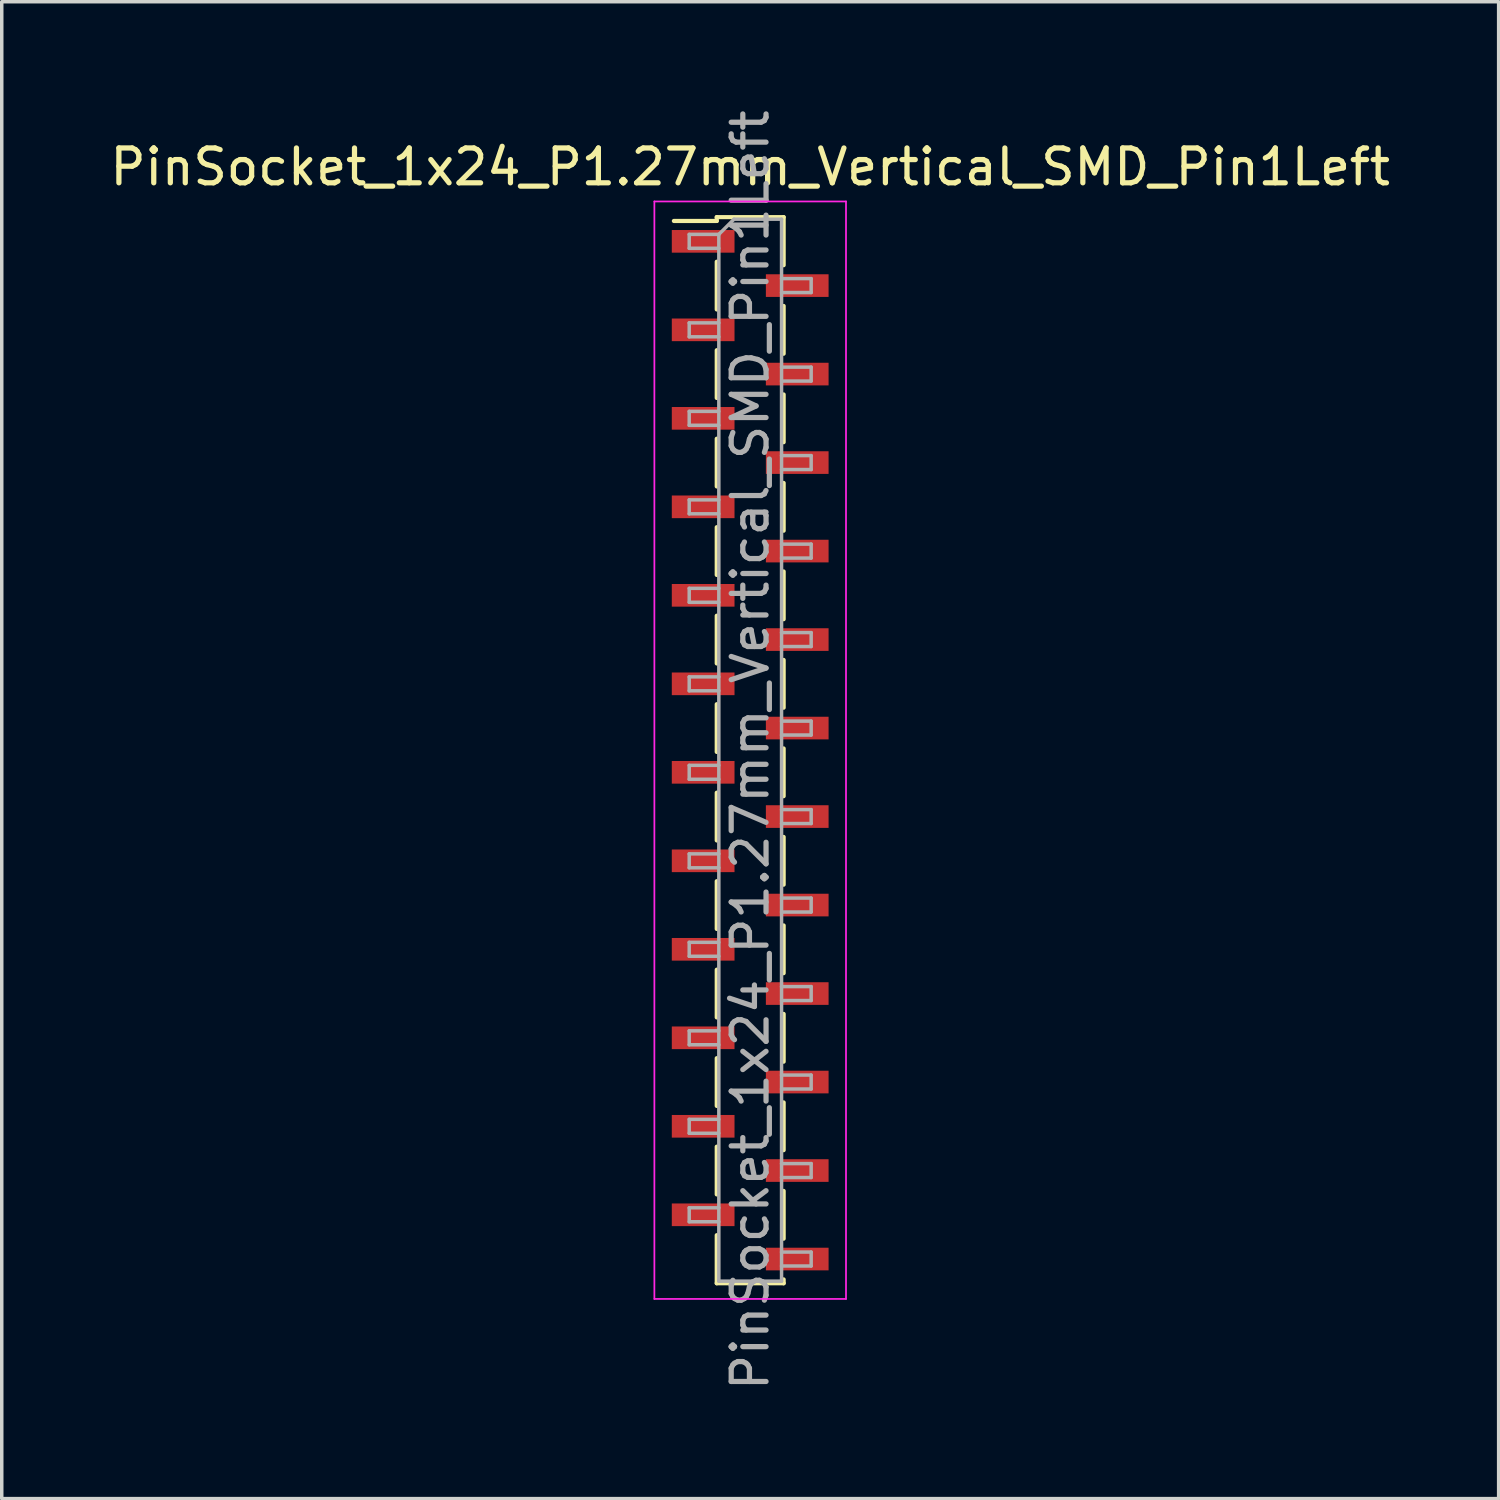
<source format=kicad_pcb>
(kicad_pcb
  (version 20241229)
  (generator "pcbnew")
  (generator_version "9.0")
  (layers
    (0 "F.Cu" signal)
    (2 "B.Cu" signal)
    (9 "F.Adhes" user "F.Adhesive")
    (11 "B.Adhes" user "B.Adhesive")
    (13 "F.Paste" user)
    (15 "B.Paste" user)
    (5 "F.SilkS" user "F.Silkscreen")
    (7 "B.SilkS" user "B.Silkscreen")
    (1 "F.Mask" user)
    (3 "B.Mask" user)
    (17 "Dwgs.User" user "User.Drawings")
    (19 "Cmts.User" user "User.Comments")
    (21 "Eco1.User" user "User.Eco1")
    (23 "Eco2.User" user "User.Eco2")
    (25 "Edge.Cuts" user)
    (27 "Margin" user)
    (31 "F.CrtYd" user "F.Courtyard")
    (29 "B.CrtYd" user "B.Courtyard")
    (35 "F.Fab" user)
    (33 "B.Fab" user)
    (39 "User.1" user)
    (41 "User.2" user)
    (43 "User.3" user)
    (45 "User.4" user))
  (footprint "PinSocket_1x24_P1.27mm_Vertical_SMD_Pin1Left"
    (layer "F.Cu")
    (at 18.482 18.482)
    (property "Reference" "PinSocket_1x24_P1.27mm_Vertical_SMD_Pin1Left" (at 0 -16.74 0) (layer "F.SilkS") (effects (font (size 1 1) (thickness 0.15))))
    (attr smd)
    (fp_line (start -2.19 -15.19) (end -0.96 -15.19) (stroke (width 0.12) (type solid)) (layer "F.SilkS"))
    (fp_line (start -0.96 -15.3) (end -0.96 -15.19) (stroke (width 0.12) (type solid)) (layer "F.SilkS"))
    (fp_line (start -0.96 -15.3) (end 0.96 -15.3) (stroke (width 0.12) (type solid)) (layer "F.SilkS"))
    (fp_line (start -0.96 -14.02) (end -0.96 -12.65) (stroke (width 0.12) (type solid)) (layer "F.SilkS"))
    (fp_line (start -0.96 -11.48) (end -0.96 -10.11) (stroke (width 0.12) (type solid)) (layer "F.SilkS"))
    (fp_line (start -0.96 -8.94) (end -0.96 -7.57) (stroke (width 0.12) (type solid)) (layer "F.SilkS"))
    (fp_line (start -0.96 -6.4) (end -0.96 -5.03) (stroke (width 0.12) (type solid)) (layer "F.SilkS"))
    (fp_line (start -0.96 -3.86) (end -0.96 -2.49) (stroke (width 0.12) (type solid)) (layer "F.SilkS"))
    (fp_line (start -0.96 -1.32) (end -0.96 0.05) (stroke (width 0.12) (type solid)) (layer "F.SilkS"))
    (fp_line (start -0.96 1.22) (end -0.96 2.59) (stroke (width 0.12) (type solid)) (layer "F.SilkS"))
    (fp_line (start -0.96 3.76) (end -0.96 5.13) (stroke (width 0.12) (type solid)) (layer "F.SilkS"))
    (fp_line (start -0.96 6.3) (end -0.96 7.67) (stroke (width 0.12) (type solid)) (layer "F.SilkS"))
    (fp_line (start -0.96 8.84) (end -0.96 10.21) (stroke (width 0.12) (type solid)) (layer "F.SilkS"))
    (fp_line (start -0.96 11.38) (end -0.96 12.75) (stroke (width 0.12) (type solid)) (layer "F.SilkS"))
    (fp_line (start -0.96 13.92) (end -0.96 15.3) (stroke (width 0.12) (type solid)) (layer "F.SilkS"))
    (fp_line (start -0.96 15.3) (end 0.96 15.3) (stroke (width 0.12) (type solid)) (layer "F.SilkS"))
    (fp_line (start 0.96 -15.3) (end 0.96 -13.92) (stroke (width 0.12) (type solid)) (layer "F.SilkS"))
    (fp_line (start 0.96 -12.75) (end 0.96 -11.38) (stroke (width 0.12) (type solid)) (layer "F.SilkS"))
    (fp_line (start 0.96 -10.21) (end 0.96 -8.84) (stroke (width 0.12) (type solid)) (layer "F.SilkS"))
    (fp_line (start 0.96 -7.67) (end 0.96 -6.3) (stroke (width 0.12) (type solid)) (layer "F.SilkS"))
    (fp_line (start 0.96 -5.13) (end 0.96 -3.76) (stroke (width 0.12) (type solid)) (layer "F.SilkS"))
    (fp_line (start 0.96 -2.59) (end 0.96 -1.22) (stroke (width 0.12) (type solid)) (layer "F.SilkS"))
    (fp_line (start 0.96 -0.05) (end 0.96 1.32) (stroke (width 0.12) (type solid)) (layer "F.SilkS"))
    (fp_line (start 0.96 2.49) (end 0.96 3.86) (stroke (width 0.12) (type solid)) (layer "F.SilkS"))
    (fp_line (start 0.96 5.03) (end 0.96 6.4) (stroke (width 0.12) (type solid)) (layer "F.SilkS"))
    (fp_line (start 0.96 7.57) (end 0.96 8.94) (stroke (width 0.12) (type solid)) (layer "F.SilkS"))
    (fp_line (start 0.96 10.11) (end 0.96 11.48) (stroke (width 0.12) (type solid)) (layer "F.SilkS"))
    (fp_line (start 0.96 12.65) (end 0.96 14.02) (stroke (width 0.12) (type solid)) (layer "F.SilkS"))
    (fp_line (start 0.96 15.19) (end 0.96 15.3) (stroke (width 0.12) (type solid)) (layer "F.SilkS"))
    (fp_line (start -2.75 -15.75) (end 2.75 -15.75) (stroke (width 0.05) (type solid)) (layer "F.CrtYd"))
    (fp_line (start -2.75 15.75) (end -2.75 -15.75) (stroke (width 0.05) (type solid)) (layer "F.CrtYd"))
    (fp_line (start 2.75 -15.75) (end 2.75 15.75) (stroke (width 0.05) (type solid)) (layer "F.CrtYd"))
    (fp_line (start 2.75 15.75) (end -2.75 15.75) (stroke (width 0.05) (type solid)) (layer "F.CrtYd"))
    (fp_line (start -1.75 -14.805) (end -0.9 -14.805) (stroke (width 0.1) (type solid)) (layer "F.Fab"))
    (fp_line (start -1.75 -14.405) (end -1.75 -14.805) (stroke (width 0.1) (type solid)) (layer "F.Fab"))
    (fp_line (start -1.75 -12.265) (end -0.9 -12.265) (stroke (width 0.1) (type solid)) (layer "F.Fab"))
    (fp_line (start -1.75 -11.865) (end -1.75 -12.265) (stroke (width 0.1) (type solid)) (layer "F.Fab"))
    (fp_line (start -1.75 -9.725) (end -0.9 -9.725) (stroke (width 0.1) (type solid)) (layer "F.Fab"))
    (fp_line (start -1.75 -9.325) (end -1.75 -9.725) (stroke (width 0.1) (type solid)) (layer "F.Fab"))
    (fp_line (start -1.75 -7.185) (end -0.9 -7.185) (stroke (width 0.1) (type solid)) (layer "F.Fab"))
    (fp_line (start -1.75 -6.785) (end -1.75 -7.185) (stroke (width 0.1) (type solid)) (layer "F.Fab"))
    (fp_line (start -1.75 -4.645) (end -0.9 -4.645) (stroke (width 0.1) (type solid)) (layer "F.Fab"))
    (fp_line (start -1.75 -4.245) (end -1.75 -4.645) (stroke (width 0.1) (type solid)) (layer "F.Fab"))
    (fp_line (start -1.75 -2.105) (end -0.9 -2.105) (stroke (width 0.1) (type solid)) (layer "F.Fab"))
    (fp_line (start -1.75 -1.705) (end -1.75 -2.105) (stroke (width 0.1) (type solid)) (layer "F.Fab"))
    (fp_line (start -1.75 0.435) (end -0.9 0.435) (stroke (width 0.1) (type solid)) (layer "F.Fab"))
    (fp_line (start -1.75 0.835) (end -1.75 0.435) (stroke (width 0.1) (type solid)) (layer "F.Fab"))
    (fp_line (start -1.75 2.975) (end -0.9 2.975) (stroke (width 0.1) (type solid)) (layer "F.Fab"))
    (fp_line (start -1.75 3.375) (end -1.75 2.975) (stroke (width 0.1) (type solid)) (layer "F.Fab"))
    (fp_line (start -1.75 5.515) (end -0.9 5.515) (stroke (width 0.1) (type solid)) (layer "F.Fab"))
    (fp_line (start -1.75 5.915) (end -1.75 5.515) (stroke (width 0.1) (type solid)) (layer "F.Fab"))
    (fp_line (start -1.75 8.055) (end -0.9 8.055) (stroke (width 0.1) (type solid)) (layer "F.Fab"))
    (fp_line (start -1.75 8.455) (end -1.75 8.055) (stroke (width 0.1) (type solid)) (layer "F.Fab"))
    (fp_line (start -1.75 10.595) (end -0.9 10.595) (stroke (width 0.1) (type solid)) (layer "F.Fab"))
    (fp_line (start -1.75 10.995) (end -1.75 10.595) (stroke (width 0.1) (type solid)) (layer "F.Fab"))
    (fp_line (start -1.75 13.135) (end -0.9 13.135) (stroke (width 0.1) (type solid)) (layer "F.Fab"))
    (fp_line (start -1.75 13.535) (end -1.75 13.135) (stroke (width 0.1) (type solid)) (layer "F.Fab"))
    (fp_line (start -0.9 -14.805) (end -0.465 -15.24) (stroke (width 0.1) (type solid)) (layer "F.Fab"))
    (fp_line (start -0.9 -14.405) (end -1.75 -14.405) (stroke (width 0.1) (type solid)) (layer "F.Fab"))
    (fp_line (start -0.9 -11.865) (end -1.75 -11.865) (stroke (width 0.1) (type solid)) (layer "F.Fab"))
    (fp_line (start -0.9 -9.325) (end -1.75 -9.325) (stroke (width 0.1) (type solid)) (layer "F.Fab"))
    (fp_line (start -0.9 -6.785) (end -1.75 -6.785) (stroke (width 0.1) (type solid)) (layer "F.Fab"))
    (fp_line (start -0.9 -4.245) (end -1.75 -4.245) (stroke (width 0.1) (type solid)) (layer "F.Fab"))
    (fp_line (start -0.9 -1.705) (end -1.75 -1.705) (stroke (width 0.1) (type solid)) (layer "F.Fab"))
    (fp_line (start -0.9 0.835) (end -1.75 0.835) (stroke (width 0.1) (type solid)) (layer "F.Fab"))
    (fp_line (start -0.9 3.375) (end -1.75 3.375) (stroke (width 0.1) (type solid)) (layer "F.Fab"))
    (fp_line (start -0.9 5.915) (end -1.75 5.915) (stroke (width 0.1) (type solid)) (layer "F.Fab"))
    (fp_line (start -0.9 8.455) (end -1.75 8.455) (stroke (width 0.1) (type solid)) (layer "F.Fab"))
    (fp_line (start -0.9 10.995) (end -1.75 10.995) (stroke (width 0.1) (type solid)) (layer "F.Fab"))
    (fp_line (start -0.9 13.535) (end -1.75 13.535) (stroke (width 0.1) (type solid)) (layer "F.Fab"))
    (fp_line (start -0.9 15.24) (end -0.9 -14.805) (stroke (width 0.1) (type solid)) (layer "F.Fab"))
    (fp_line (start -0.465 -15.24) (end 0.9 -15.24) (stroke (width 0.1) (type solid)) (layer "F.Fab"))
    (fp_line (start 0.9 -15.24) (end 0.9 15.24) (stroke (width 0.1) (type solid)) (layer "F.Fab"))
    (fp_line (start 0.9 -13.535) (end 1.75 -13.535) (stroke (width 0.1) (type solid)) (layer "F.Fab"))
    (fp_line (start 0.9 -10.995) (end 1.75 -10.995) (stroke (width 0.1) (type solid)) (layer "F.Fab"))
    (fp_line (start 0.9 -8.455) (end 1.75 -8.455) (stroke (width 0.1) (type solid)) (layer "F.Fab"))
    (fp_line (start 0.9 -5.915) (end 1.75 -5.915) (stroke (width 0.1) (type solid)) (layer "F.Fab"))
    (fp_line (start 0.9 -3.375) (end 1.75 -3.375) (stroke (width 0.1) (type solid)) (layer "F.Fab"))
    (fp_line (start 0.9 -0.835) (end 1.75 -0.835) (stroke (width 0.1) (type solid)) (layer "F.Fab"))
    (fp_line (start 0.9 1.705) (end 1.75 1.705) (stroke (width 0.1) (type solid)) (layer "F.Fab"))
    (fp_line (start 0.9 4.245) (end 1.75 4.245) (stroke (width 0.1) (type solid)) (layer "F.Fab"))
    (fp_line (start 0.9 6.785) (end 1.75 6.785) (stroke (width 0.1) (type solid)) (layer "F.Fab"))
    (fp_line (start 0.9 9.325) (end 1.75 9.325) (stroke (width 0.1) (type solid)) (layer "F.Fab"))
    (fp_line (start 0.9 11.865) (end 1.75 11.865) (stroke (width 0.1) (type solid)) (layer "F.Fab"))
    (fp_line (start 0.9 14.405) (end 1.75 14.405) (stroke (width 0.1) (type solid)) (layer "F.Fab"))
    (fp_line (start 0.9 15.24) (end -0.9 15.24) (stroke (width 0.1) (type solid)) (layer "F.Fab"))
    (fp_line (start 1.75 -13.535) (end 1.75 -13.135) (stroke (width 0.1) (type solid)) (layer "F.Fab"))
    (fp_line (start 1.75 -13.135) (end 0.9 -13.135) (stroke (width 0.1) (type solid)) (layer "F.Fab"))
    (fp_line (start 1.75 -10.995) (end 1.75 -10.595) (stroke (width 0.1) (type solid)) (layer "F.Fab"))
    (fp_line (start 1.75 -10.595) (end 0.9 -10.595) (stroke (width 0.1) (type solid)) (layer "F.Fab"))
    (fp_line (start 1.75 -8.455) (end 1.75 -8.055) (stroke (width 0.1) (type solid)) (layer "F.Fab"))
    (fp_line (start 1.75 -8.055) (end 0.9 -8.055) (stroke (width 0.1) (type solid)) (layer "F.Fab"))
    (fp_line (start 1.75 -5.915) (end 1.75 -5.515) (stroke (width 0.1) (type solid)) (layer "F.Fab"))
    (fp_line (start 1.75 -5.515) (end 0.9 -5.515) (stroke (width 0.1) (type solid)) (layer "F.Fab"))
    (fp_line (start 1.75 -3.375) (end 1.75 -2.975) (stroke (width 0.1) (type solid)) (layer "F.Fab"))
    (fp_line (start 1.75 -2.975) (end 0.9 -2.975) (stroke (width 0.1) (type solid)) (layer "F.Fab"))
    (fp_line (start 1.75 -0.835) (end 1.75 -0.435) (stroke (width 0.1) (type solid)) (layer "F.Fab"))
    (fp_line (start 1.75 -0.435) (end 0.9 -0.435) (stroke (width 0.1) (type solid)) (layer "F.Fab"))
    (fp_line (start 1.75 1.705) (end 1.75 2.105) (stroke (width 0.1) (type solid)) (layer "F.Fab"))
    (fp_line (start 1.75 2.105) (end 0.9 2.105) (stroke (width 0.1) (type solid)) (layer "F.Fab"))
    (fp_line (start 1.75 4.245) (end 1.75 4.645) (stroke (width 0.1) (type solid)) (layer "F.Fab"))
    (fp_line (start 1.75 4.645) (end 0.9 4.645) (stroke (width 0.1) (type solid)) (layer "F.Fab"))
    (fp_line (start 1.75 6.785) (end 1.75 7.185) (stroke (width 0.1) (type solid)) (layer "F.Fab"))
    (fp_line (start 1.75 7.185) (end 0.9 7.185) (stroke (width 0.1) (type solid)) (layer "F.Fab"))
    (fp_line (start 1.75 9.325) (end 1.75 9.725) (stroke (width 0.1) (type solid)) (layer "F.Fab"))
    (fp_line (start 1.75 9.725) (end 0.9 9.725) (stroke (width 0.1) (type solid)) (layer "F.Fab"))
    (fp_line (start 1.75 11.865) (end 1.75 12.265) (stroke (width 0.1) (type solid)) (layer "F.Fab"))
    (fp_line (start 1.75 12.265) (end 0.9 12.265) (stroke (width 0.1) (type solid)) (layer "F.Fab"))
    (fp_line (start 1.75 14.405) (end 1.75 14.805) (stroke (width 0.1) (type solid)) (layer "F.Fab"))
    (fp_line (start 1.75 14.805) (end 0.9 14.805) (stroke (width 0.1) (type solid)) (layer "F.Fab"))
    (fp_text user "${REFERENCE}" (at 0 0 90) (layer "F.Fab") (effects (font (size 1 1) (thickness 0.15))))
    (pad "1" smd rect (at -1.35 -14.605) (size 1.8 0.65) (layers "F.Cu" "F.Mask" "F.Paste"))
    (pad "2" smd rect (at 1.35 -13.335) (size 1.8 0.65) (layers "F.Cu" "F.Mask" "F.Paste"))
    (pad "3" smd rect (at -1.35 -12.065) (size 1.8 0.65) (layers "F.Cu" "F.Mask" "F.Paste"))
    (pad "4" smd rect (at 1.35 -10.795) (size 1.8 0.65) (layers "F.Cu" "F.Mask" "F.Paste"))
    (pad "5" smd rect (at -1.35 -9.525) (size 1.8 0.65) (layers "F.Cu" "F.Mask" "F.Paste"))
    (pad "6" smd rect (at 1.35 -8.255) (size 1.8 0.65) (layers "F.Cu" "F.Mask" "F.Paste"))
    (pad "7" smd rect (at -1.35 -6.985) (size 1.8 0.65) (layers "F.Cu" "F.Mask" "F.Paste"))
    (pad "8" smd rect (at 1.35 -5.715) (size 1.8 0.65) (layers "F.Cu" "F.Mask" "F.Paste"))
    (pad "9" smd rect (at -1.35 -4.445) (size 1.8 0.65) (layers "F.Cu" "F.Mask" "F.Paste"))
    (pad "10" smd rect (at 1.35 -3.175) (size 1.8 0.65) (layers "F.Cu" "F.Mask" "F.Paste"))
    (pad "11" smd rect (at -1.35 -1.905) (size 1.8 0.65) (layers "F.Cu" "F.Mask" "F.Paste"))
    (pad "12" smd rect (at 1.35 -0.635) (size 1.8 0.65) (layers "F.Cu" "F.Mask" "F.Paste"))
    (pad "13" smd rect (at -1.35 0.635) (size 1.8 0.65) (layers "F.Cu" "F.Mask" "F.Paste"))
    (pad "14" smd rect (at 1.35 1.905) (size 1.8 0.65) (layers "F.Cu" "F.Mask" "F.Paste"))
    (pad "15" smd rect (at -1.35 3.175) (size 1.8 0.65) (layers "F.Cu" "F.Mask" "F.Paste"))
    (pad "16" smd rect (at 1.35 4.445) (size 1.8 0.65) (layers "F.Cu" "F.Mask" "F.Paste"))
    (pad "17" smd rect (at -1.35 5.715) (size 1.8 0.65) (layers "F.Cu" "F.Mask" "F.Paste"))
    (pad "18" smd rect (at 1.35 6.985) (size 1.8 0.65) (layers "F.Cu" "F.Mask" "F.Paste"))
    (pad "19" smd rect (at -1.35 8.255) (size 1.8 0.65) (layers "F.Cu" "F.Mask" "F.Paste"))
    (pad "20" smd rect (at 1.35 9.525) (size 1.8 0.65) (layers "F.Cu" "F.Mask" "F.Paste"))
    (pad "21" smd rect (at -1.35 10.795) (size 1.8 0.65) (layers "F.Cu" "F.Mask" "F.Paste"))
    (pad "22" smd rect (at 1.35 12.065) (size 1.8 0.65) (layers "F.Cu" "F.Mask" "F.Paste"))
    (pad "23" smd rect (at -1.35 13.335) (size 1.8 0.65) (layers "F.Cu" "F.Mask" "F.Paste"))
    (pad "24" smd rect (at 1.35 14.605) (size 1.8 0.65) (layers "F.Cu" "F.Mask" "F.Paste")))
  (gr_rect
    (start -3 -3)
    (end 39.964 39.964)
    (stroke (width 0.1) (type default))
    (fill no)
    (layer "Edge.Cuts")))
</source>
